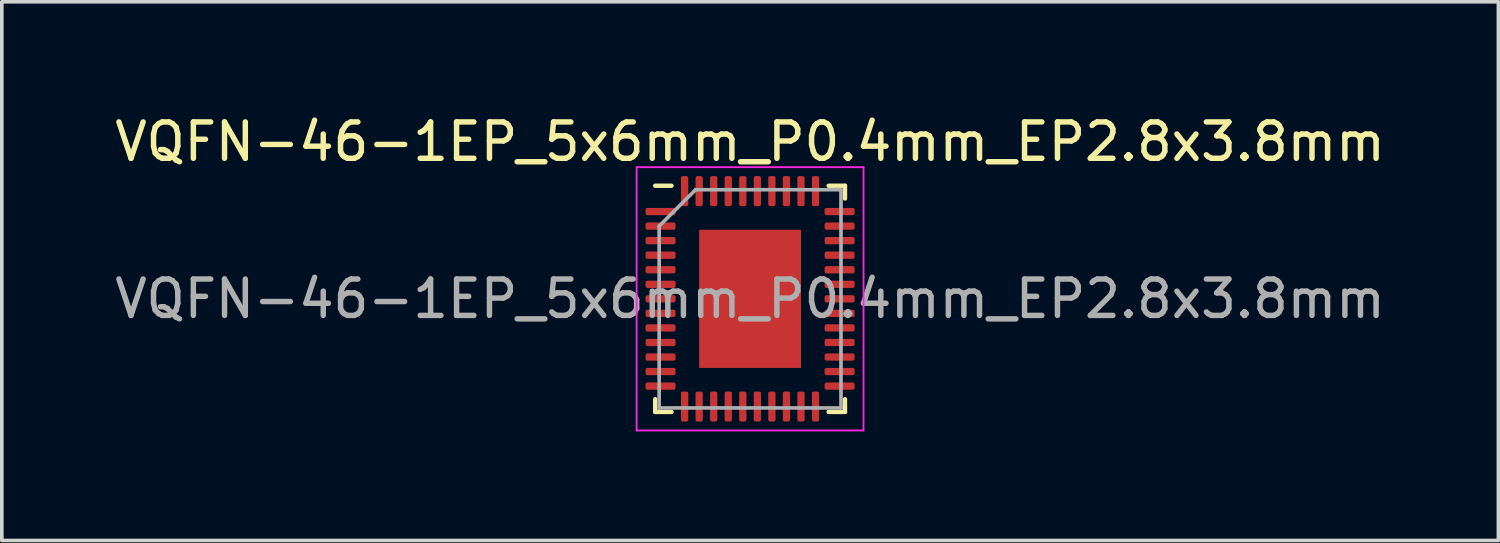
<source format=kicad_pcb>
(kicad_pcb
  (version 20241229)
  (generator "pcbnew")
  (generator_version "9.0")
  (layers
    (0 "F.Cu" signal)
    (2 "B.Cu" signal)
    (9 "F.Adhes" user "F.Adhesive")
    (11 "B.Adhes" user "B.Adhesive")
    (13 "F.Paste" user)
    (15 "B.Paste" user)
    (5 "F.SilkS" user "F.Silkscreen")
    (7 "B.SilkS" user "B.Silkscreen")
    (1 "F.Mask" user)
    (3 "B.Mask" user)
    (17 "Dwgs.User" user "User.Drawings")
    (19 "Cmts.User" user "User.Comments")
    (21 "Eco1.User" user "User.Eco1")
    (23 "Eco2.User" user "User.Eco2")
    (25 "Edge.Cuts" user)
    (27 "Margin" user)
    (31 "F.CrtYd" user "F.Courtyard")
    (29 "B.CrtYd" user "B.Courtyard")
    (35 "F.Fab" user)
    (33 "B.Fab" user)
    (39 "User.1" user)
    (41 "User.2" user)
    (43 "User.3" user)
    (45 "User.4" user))
  (footprint "VQFN-46-1EP_5x6mm_P0.4mm_EP2.8x3.8mm"
    (layer "F.Cu")
    (at 17.577 5.168)
    (property "Reference" "VQFN-46-1EP_5x6mm_P0.4mm_EP2.8x3.8mm" (at 0 -4.32 0) (layer "F.SilkS") (effects (font (size 1 1) (thickness 0.15))))
    (attr smd)
    (fp_line (start -2.61 3.11) (end -2.61 2.76) (stroke (width 0.12) (type solid)) (layer "F.SilkS"))
    (fp_line (start -2.16 -3.11) (end -2.61 -3.11) (stroke (width 0.12) (type solid)) (layer "F.SilkS"))
    (fp_line (start -2.16 3.11) (end -2.61 3.11) (stroke (width 0.12) (type solid)) (layer "F.SilkS"))
    (fp_line (start 2.16 -3.11) (end 2.61 -3.11) (stroke (width 0.12) (type solid)) (layer "F.SilkS"))
    (fp_line (start 2.16 3.11) (end 2.61 3.11) (stroke (width 0.12) (type solid)) (layer "F.SilkS"))
    (fp_line (start 2.61 -3.11) (end 2.61 -2.76) (stroke (width 0.12) (type solid)) (layer "F.SilkS"))
    (fp_line (start 2.61 3.11) (end 2.61 2.76) (stroke (width 0.12) (type solid)) (layer "F.SilkS"))
    (fp_line (start -3.12 -3.62) (end -3.12 3.62) (stroke (width 0.05) (type solid)) (layer "F.CrtYd"))
    (fp_line (start -3.12 3.62) (end 3.12 3.62) (stroke (width 0.05) (type solid)) (layer "F.CrtYd"))
    (fp_line (start 3.12 -3.62) (end -3.12 -3.62) (stroke (width 0.05) (type solid)) (layer "F.CrtYd"))
    (fp_line (start 3.12 3.62) (end 3.12 -3.62) (stroke (width 0.05) (type solid)) (layer "F.CrtYd"))
    (fp_line (start -2.5 -2) (end -1.5 -3) (stroke (width 0.1) (type solid)) (layer "F.Fab"))
    (fp_line (start -2.5 3) (end -2.5 -2) (stroke (width 0.1) (type solid)) (layer "F.Fab"))
    (fp_line (start -1.5 -3) (end 2.5 -3) (stroke (width 0.1) (type solid)) (layer "F.Fab"))
    (fp_line (start 2.5 -3) (end 2.5 3) (stroke (width 0.1) (type solid)) (layer "F.Fab"))
    (fp_line (start 2.5 3) (end -2.5 3) (stroke (width 0.1) (type solid)) (layer "F.Fab"))
    (fp_text user "${REFERENCE}" (at 0 0 0) (layer "F.Fab") (effects (font (size 1 1) (thickness 0.15))))
    (pad "" smd roundrect (at -0.7 -1.27) (size 1.13 1.02) (layers "F.Paste") (roundrect_rratio 0.245))
    (pad "" smd roundrect (at -0.7 0) (size 1.13 1.02) (layers "F.Paste") (roundrect_rratio 0.245))
    (pad "" smd roundrect (at -0.7 1.27) (size 1.13 1.02) (layers "F.Paste") (roundrect_rratio 0.245))
    (pad "" smd roundrect (at 0.7 -1.27) (size 1.13 1.02) (layers "F.Paste") (roundrect_rratio 0.245))
    (pad "" smd roundrect (at 0.7 0) (size 1.13 1.02) (layers "F.Paste") (roundrect_rratio 0.245))
    (pad "" smd roundrect (at 0.7 1.27) (size 1.13 1.02) (layers "F.Paste") (roundrect_rratio 0.245))
    (pad "1" smd roundrect (at -2.462 -2.4) (size 0.825 0.2) (layers "F.Cu" "F.Mask" "F.Paste") (roundrect_rratio 0.25))
    (pad "2" smd roundrect (at -2.462 -2) (size 0.825 0.2) (layers "F.Cu" "F.Mask" "F.Paste") (roundrect_rratio 0.25))
    (pad "3" smd roundrect (at -2.462 -1.6) (size 0.825 0.2) (layers "F.Cu" "F.Mask" "F.Paste") (roundrect_rratio 0.25))
    (pad "4" smd roundrect (at -2.462 -1.2) (size 0.825 0.2) (layers "F.Cu" "F.Mask" "F.Paste") (roundrect_rratio 0.25))
    (pad "5" smd roundrect (at -2.462 -0.8) (size 0.825 0.2) (layers "F.Cu" "F.Mask" "F.Paste") (roundrect_rratio 0.25))
    (pad "6" smd roundrect (at -2.462 -0.4) (size 0.825 0.2) (layers "F.Cu" "F.Mask" "F.Paste") (roundrect_rratio 0.25))
    (pad "7" smd roundrect (at -2.462 0) (size 0.825 0.2) (layers "F.Cu" "F.Mask" "F.Paste") (roundrect_rratio 0.25))
    (pad "8" smd roundrect (at -2.462 0.4) (size 0.825 0.2) (layers "F.Cu" "F.Mask" "F.Paste") (roundrect_rratio 0.25))
    (pad "9" smd roundrect (at -2.462 0.8) (size 0.825 0.2) (layers "F.Cu" "F.Mask" "F.Paste") (roundrect_rratio 0.25))
    (pad "10" smd roundrect (at -2.462 1.2) (size 0.825 0.2) (layers "F.Cu" "F.Mask" "F.Paste") (roundrect_rratio 0.25))
    (pad "11" smd roundrect (at -2.462 1.6) (size 0.825 0.2) (layers "F.Cu" "F.Mask" "F.Paste") (roundrect_rratio 0.25))
    (pad "12" smd roundrect (at -2.462 2) (size 0.825 0.2) (layers "F.Cu" "F.Mask" "F.Paste") (roundrect_rratio 0.25))
    (pad "13" smd roundrect (at -2.462 2.4) (size 0.825 0.2) (layers "F.Cu" "F.Mask" "F.Paste") (roundrect_rratio 0.25))
    (pad "14" smd roundrect (at -1.8 2.962) (size 0.2 0.825) (layers "F.Cu" "F.Mask" "F.Paste") (roundrect_rratio 0.25))
    (pad "15" smd roundrect (at -1.4 2.962) (size 0.2 0.825) (layers "F.Cu" "F.Mask" "F.Paste") (roundrect_rratio 0.25))
    (pad "16" smd roundrect (at -1 2.962) (size 0.2 0.825) (layers "F.Cu" "F.Mask" "F.Paste") (roundrect_rratio 0.25))
    (pad "17" smd roundrect (at -0.6 2.962) (size 0.2 0.825) (layers "F.Cu" "F.Mask" "F.Paste") (roundrect_rratio 0.25))
    (pad "18" smd roundrect (at -0.2 2.962) (size 0.2 0.825) (layers "F.Cu" "F.Mask" "F.Paste") (roundrect_rratio 0.25))
    (pad "19" smd roundrect (at 0.2 2.962) (size 0.2 0.825) (layers "F.Cu" "F.Mask" "F.Paste") (roundrect_rratio 0.25))
    (pad "20" smd roundrect (at 0.6 2.962) (size 0.2 0.825) (layers "F.Cu" "F.Mask" "F.Paste") (roundrect_rratio 0.25))
    (pad "21" smd roundrect (at 1 2.962) (size 0.2 0.825) (layers "F.Cu" "F.Mask" "F.Paste") (roundrect_rratio 0.25))
    (pad "22" smd roundrect (at 1.4 2.962) (size 0.2 0.825) (layers "F.Cu" "F.Mask" "F.Paste") (roundrect_rratio 0.25))
    (pad "23" smd roundrect (at 1.8 2.962) (size 0.2 0.825) (layers "F.Cu" "F.Mask" "F.Paste") (roundrect_rratio 0.25))
    (pad "24" smd roundrect (at 2.462 2.4) (size 0.825 0.2) (layers "F.Cu" "F.Mask" "F.Paste") (roundrect_rratio 0.25))
    (pad "25" smd roundrect (at 2.462 2) (size 0.825 0.2) (layers "F.Cu" "F.Mask" "F.Paste") (roundrect_rratio 0.25))
    (pad "26" smd roundrect (at 2.462 1.6) (size 0.825 0.2) (layers "F.Cu" "F.Mask" "F.Paste") (roundrect_rratio 0.25))
    (pad "27" smd roundrect (at 2.462 1.2) (size 0.825 0.2) (layers "F.Cu" "F.Mask" "F.Paste") (roundrect_rratio 0.25))
    (pad "28" smd roundrect (at 2.462 0.8) (size 0.825 0.2) (layers "F.Cu" "F.Mask" "F.Paste") (roundrect_rratio 0.25))
    (pad "29" smd roundrect (at 2.462 0.4) (size 0.825 0.2) (layers "F.Cu" "F.Mask" "F.Paste") (roundrect_rratio 0.25))
    (pad "30" smd roundrect (at 2.462 0) (size 0.825 0.2) (layers "F.Cu" "F.Mask" "F.Paste") (roundrect_rratio 0.25))
    (pad "31" smd roundrect (at 2.462 -0.4) (size 0.825 0.2) (layers "F.Cu" "F.Mask" "F.Paste") (roundrect_rratio 0.25))
    (pad "32" smd roundrect (at 2.462 -0.8) (size 0.825 0.2) (layers "F.Cu" "F.Mask" "F.Paste") (roundrect_rratio 0.25))
    (pad "33" smd roundrect (at 2.462 -1.2) (size 0.825 0.2) (layers "F.Cu" "F.Mask" "F.Paste") (roundrect_rratio 0.25))
    (pad "34" smd roundrect (at 2.462 -1.6) (size 0.825 0.2) (layers "F.Cu" "F.Mask" "F.Paste") (roundrect_rratio 0.25))
    (pad "35" smd roundrect (at 2.462 -2) (size 0.825 0.2) (layers "F.Cu" "F.Mask" "F.Paste") (roundrect_rratio 0.25))
    (pad "36" smd roundrect (at 2.462 -2.4) (size 0.825 0.2) (layers "F.Cu" "F.Mask" "F.Paste") (roundrect_rratio 0.25))
    (pad "37" smd roundrect (at 1.8 -2.962) (size 0.2 0.825) (layers "F.Cu" "F.Mask" "F.Paste") (roundrect_rratio 0.25))
    (pad "38" smd roundrect (at 1.4 -2.962) (size 0.2 0.825) (layers "F.Cu" "F.Mask" "F.Paste") (roundrect_rratio 0.25))
    (pad "39" smd roundrect (at 1 -2.962) (size 0.2 0.825) (layers "F.Cu" "F.Mask" "F.Paste") (roundrect_rratio 0.25))
    (pad "40" smd roundrect (at 0.6 -2.962) (size 0.2 0.825) (layers "F.Cu" "F.Mask" "F.Paste") (roundrect_rratio 0.25))
    (pad "41" smd roundrect (at 0.2 -2.962) (size 0.2 0.825) (layers "F.Cu" "F.Mask" "F.Paste") (roundrect_rratio 0.25))
    (pad "42" smd roundrect (at -0.2 -2.962) (size 0.2 0.825) (layers "F.Cu" "F.Mask" "F.Paste") (roundrect_rratio 0.25))
    (pad "43" smd roundrect (at -0.6 -2.962) (size 0.2 0.825) (layers "F.Cu" "F.Mask" "F.Paste") (roundrect_rratio 0.25))
    (pad "44" smd roundrect (at -1 -2.962) (size 0.2 0.825) (layers "F.Cu" "F.Mask" "F.Paste") (roundrect_rratio 0.25))
    (pad "45" smd roundrect (at -1.4 -2.962) (size 0.2 0.825) (layers "F.Cu" "F.Mask" "F.Paste") (roundrect_rratio 0.25))
    (pad "46" smd roundrect (at -1.8 -2.962) (size 0.2 0.825) (layers "F.Cu" "F.Mask" "F.Paste") (roundrect_rratio 0.25))
    (pad "47" smd rect (at 0 0) (size 2.8 3.8) (layers "F.Cu" "F.Mask")))
  (gr_rect
    (start -3 -3)
    (end 38.155 11.813)
    (stroke (width 0.1) (type default))
    (fill no)
    (layer "Edge.Cuts")))
</source>
